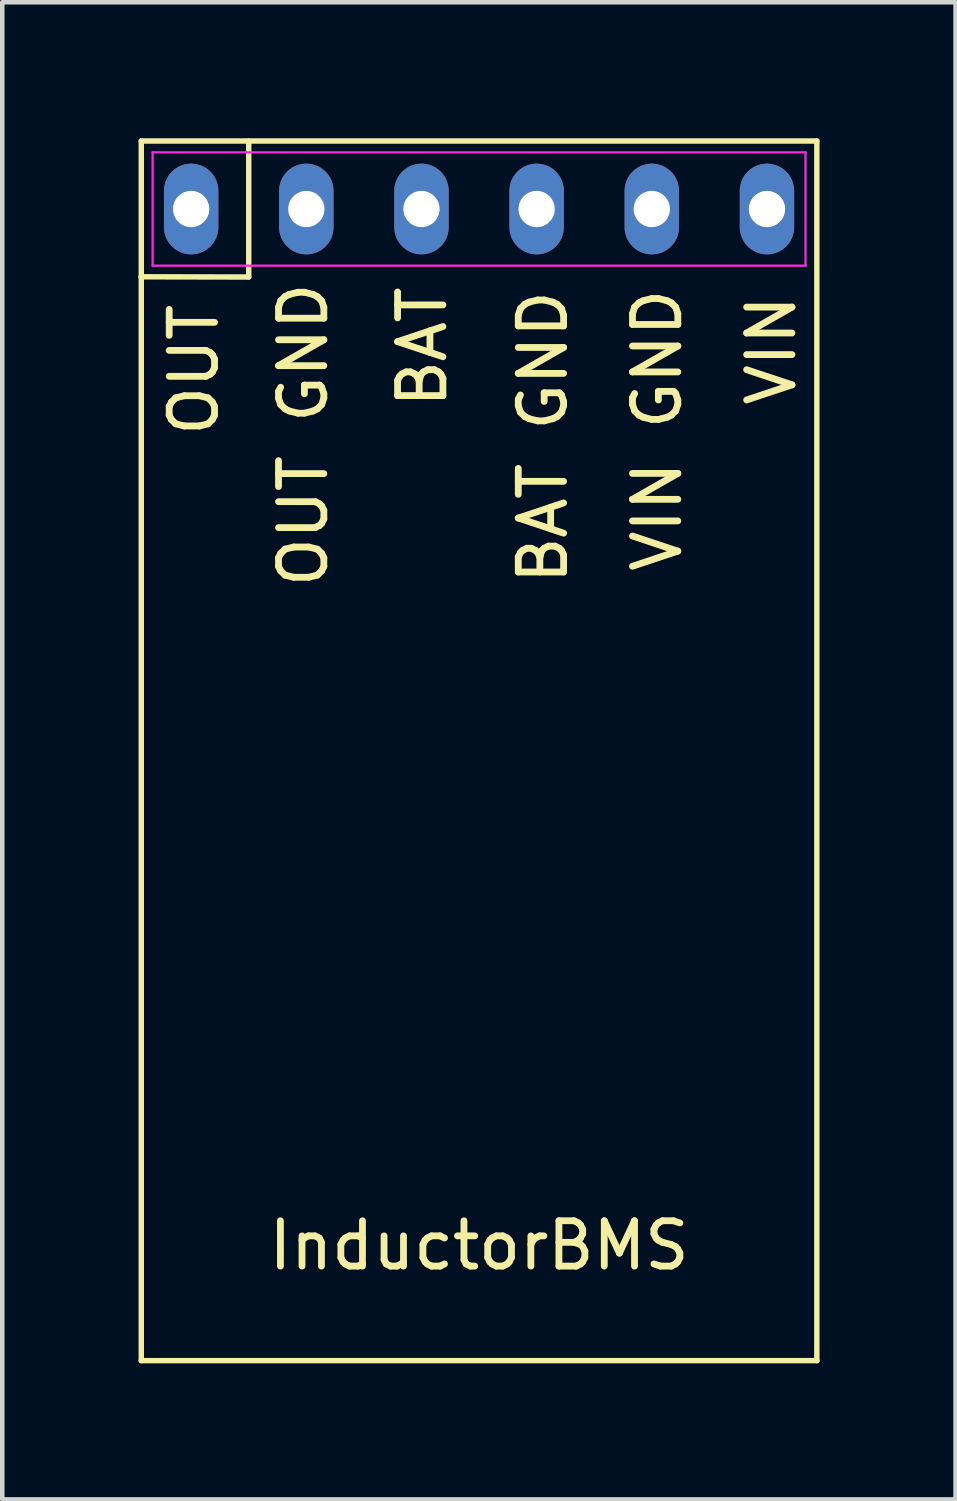
<source format=kicad_pcb>
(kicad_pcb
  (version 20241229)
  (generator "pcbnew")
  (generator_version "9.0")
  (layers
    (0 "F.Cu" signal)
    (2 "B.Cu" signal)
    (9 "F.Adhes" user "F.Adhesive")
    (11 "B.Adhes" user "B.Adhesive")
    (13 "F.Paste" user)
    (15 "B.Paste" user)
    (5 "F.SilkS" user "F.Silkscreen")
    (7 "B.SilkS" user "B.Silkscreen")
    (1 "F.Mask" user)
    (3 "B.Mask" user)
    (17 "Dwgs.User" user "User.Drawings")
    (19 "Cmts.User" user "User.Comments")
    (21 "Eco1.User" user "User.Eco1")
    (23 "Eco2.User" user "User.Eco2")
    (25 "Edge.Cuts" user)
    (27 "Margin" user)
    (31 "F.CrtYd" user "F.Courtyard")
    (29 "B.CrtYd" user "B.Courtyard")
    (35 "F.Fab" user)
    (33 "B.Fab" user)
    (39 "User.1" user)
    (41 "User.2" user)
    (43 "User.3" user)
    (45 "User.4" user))
  (footprint "InductorBMS"
    (layer "F.Cu")
    (at 7.516 1.56)
    (property "Reference" "InductorBMS" (at 0 22.86 0) (layer "F.SilkS") (effects (font (size 1 1) (thickness 0.15))))
    (attr through_hole)
    (fp_line (start -7.45 -1.5) (end 7.45 -1.5) (stroke (width 0.12) (type solid)) (layer "F.SilkS"))
    (fp_line (start -7.45 25.4) (end -7.45 -1.5) (stroke (width 0.12) (type solid)) (layer "F.SilkS"))
    (fp_line (start -5.08 -1.5) (end -5.08 1.5) (stroke (width 0.12) (type solid)) (layer "F.SilkS"))
    (fp_line (start -5.08 1.5) (end -7.456 1.495) (stroke (width 0.12) (type solid)) (layer "F.SilkS"))
    (fp_line (start 7.45 -1.5) (end 7.45 25.4) (stroke (width 0.12) (type solid)) (layer "F.SilkS"))
    (fp_line (start 7.45 25.4) (end -7.45 25.4) (stroke (width 0.12) (type solid)) (layer "F.SilkS"))
    (fp_line (start -7.2 -1.25) (end 7.2 -1.25) (stroke (width 0.05) (type solid)) (layer "F.CrtYd"))
    (fp_line (start -7.2 1.25) (end -7.2 -1.25) (stroke (width 0.05) (type solid)) (layer "F.CrtYd"))
    (fp_line (start 7.2 -1.25) (end 7.2 1.25) (stroke (width 0.05) (type solid)) (layer "F.CrtYd"))
    (fp_line (start 7.2 1.25) (end -7.2 1.25) (stroke (width 0.05) (type solid)) (layer "F.CrtYd"))
    (fp_text user "BAT GND" (at 1.41 5.03 90) (unlocked yes) (layer "F.SilkS") (effects (font (size 1 1) (thickness 0.15))))
    (fp_text user "OUT" (at -6.289 3.547 90) (unlocked yes) (layer "F.SilkS") (effects (font (size 1 1) (thickness 0.15))))
    (fp_text user "BAT" (at -1.252 3.044 90) (unlocked yes) (layer "F.SilkS") (effects (font (size 1 1) (thickness 0.15))))
    (fp_text user "VIN GND" (at 3.929 4.879 90) (unlocked yes) (layer "F.SilkS") (effects (font (size 1 1) (thickness 0.15))))
    (fp_text user "VIN" (at 6.447 3.116 90) (unlocked yes) (layer "F.SilkS") (effects (font (size 1 1) (thickness 0.15))))
    (fp_text user "OUT GND" (at -3.878 4.979 90) (unlocked yes) (layer "F.SilkS") (effects (font (size 1 1) (thickness 0.15))))
    (pad "1" thru_hole oval (at -6.35 0) (size 1.2 2) (drill 0.8) (layers "*.Cu" "*.Mask"))
    (pad "2" thru_hole oval (at -3.81 0) (size 1.2 2) (drill 0.8) (layers "*.Cu" "*.Mask"))
    (pad "3" thru_hole oval (at -1.27 0) (size 1.2 2) (drill 0.8) (layers "*.Cu" "*.Mask"))
    (pad "4" thru_hole oval (at 1.27 0) (size 1.2 2) (drill 0.8) (layers "*.Cu" "*.Mask"))
    (pad "5" thru_hole oval (at 3.81 0) (size 1.2 2) (drill 0.8) (layers "*.Cu" "*.Mask"))
    (pad "6" thru_hole oval (at 6.35 0) (size 1.2 2) (drill 0.8) (layers "*.Cu" "*.Mask")))
  (gr_rect
    (start -3 -3)
    (end 18.026 30.02)
    (stroke (width 0.1) (type default))
    (fill no)
    (layer "Edge.Cuts")))
</source>
